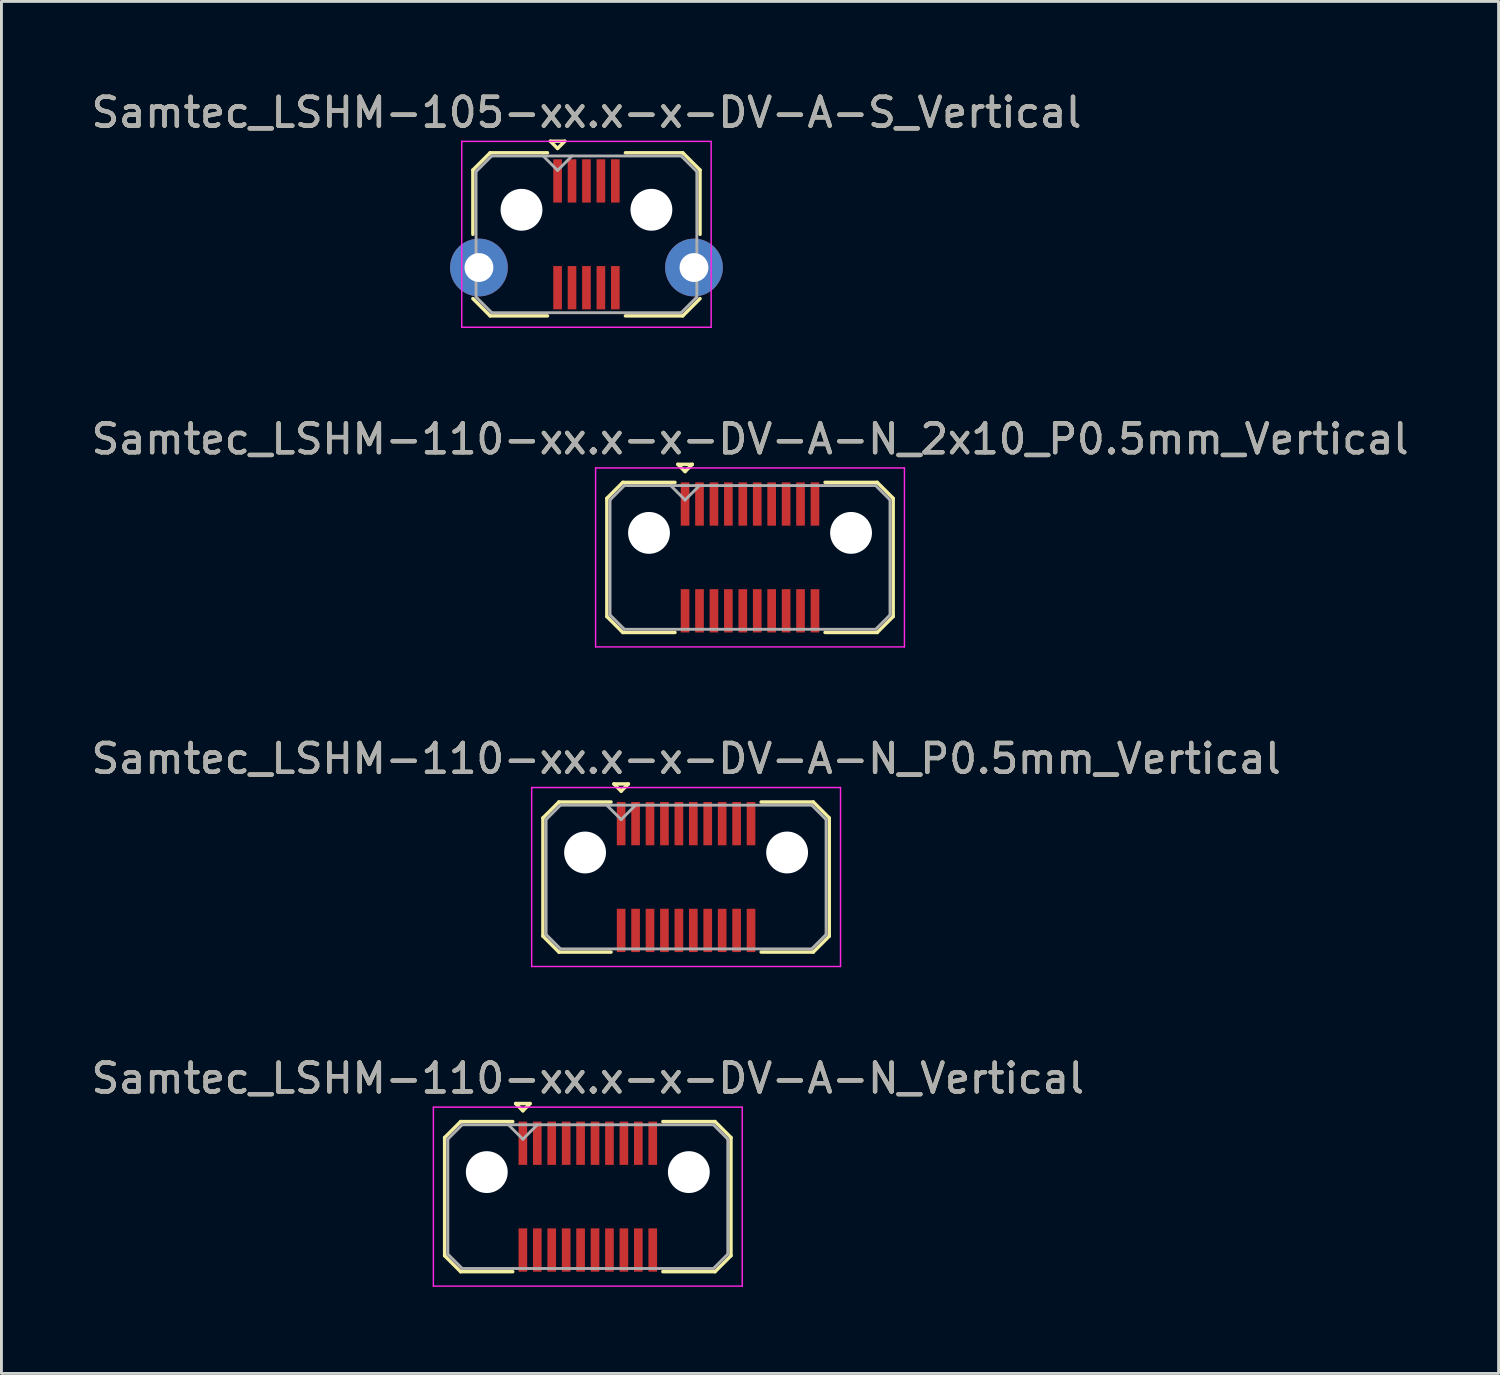
<source format=kicad_pcb>
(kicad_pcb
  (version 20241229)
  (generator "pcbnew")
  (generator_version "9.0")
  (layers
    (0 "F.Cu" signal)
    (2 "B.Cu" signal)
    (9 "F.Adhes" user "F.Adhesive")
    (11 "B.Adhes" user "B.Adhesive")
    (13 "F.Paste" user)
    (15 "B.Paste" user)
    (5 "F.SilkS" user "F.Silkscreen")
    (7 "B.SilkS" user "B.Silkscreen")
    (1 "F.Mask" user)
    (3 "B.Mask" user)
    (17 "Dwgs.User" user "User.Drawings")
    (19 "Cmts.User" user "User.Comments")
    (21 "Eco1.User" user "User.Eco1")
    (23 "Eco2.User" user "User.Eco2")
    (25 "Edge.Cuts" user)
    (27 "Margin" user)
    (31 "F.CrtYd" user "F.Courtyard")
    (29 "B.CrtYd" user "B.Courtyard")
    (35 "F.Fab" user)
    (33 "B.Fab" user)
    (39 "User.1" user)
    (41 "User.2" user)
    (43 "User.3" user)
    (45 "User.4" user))
  (footprint "Samtec_LSHM-110-xx.x-x-DV-A-N_Vertical"
    (layer "F.Cu")
    (at 17.315 38.408)
    (property "Reference" "Samtec_LSHM-110-xx.x-x-DV-A-N_Vertical" (at 0 -4.1 0) (layer "F.SilkS") (effects (font (size 1 1) (thickness 0.15))))
    (attr smd)
    (fp_line (start -4.96 -2.047) (end -4.96 2.047) (stroke (width 0.12) (type solid)) (layer "F.SilkS"))
    (fp_line (start -4.96 2.047) (end -4.407 2.6) (stroke (width 0.12) (type solid)) (layer "F.SilkS"))
    (fp_line (start -4.407 -2.6) (end -4.96 -2.047) (stroke (width 0.12) (type solid)) (layer "F.SilkS"))
    (fp_line (start -4.407 2.6) (end -2.6 2.6) (stroke (width 0.12) (type solid)) (layer "F.SilkS"))
    (fp_line (start -2.6 -2.6) (end -4.407 -2.6) (stroke (width 0.12) (type solid)) (layer "F.SilkS"))
    (fp_line (start -2.5 -3.225) (end -2 -3.225) (stroke (width 0.12) (type solid)) (layer "F.SilkS"))
    (fp_line (start -2.25 -2.975) (end -2.5 -3.225) (stroke (width 0.12) (type solid)) (layer "F.SilkS"))
    (fp_line (start -2 -3.225) (end -2.25 -2.975) (stroke (width 0.12) (type solid)) (layer "F.SilkS"))
    (fp_line (start 2.6 -2.6) (end 4.407 -2.6) (stroke (width 0.12) (type solid)) (layer "F.SilkS"))
    (fp_line (start 4.407 -2.6) (end 4.96 -2.047) (stroke (width 0.12) (type solid)) (layer "F.SilkS"))
    (fp_line (start 4.407 2.6) (end 2.6 2.6) (stroke (width 0.12) (type solid)) (layer "F.SilkS"))
    (fp_line (start 4.96 -2.047) (end 4.96 2.047) (stroke (width 0.12) (type solid)) (layer "F.SilkS"))
    (fp_line (start 4.96 2.047) (end 4.407 2.6) (stroke (width 0.12) (type solid)) (layer "F.SilkS"))
    (fp_line (start -5.35 -3.1) (end -5.35 3.1) (stroke (width 0.05) (type solid)) (layer "F.CrtYd"))
    (fp_line (start -5.35 3.1) (end 5.35 3.1) (stroke (width 0.05) (type solid)) (layer "F.CrtYd"))
    (fp_line (start 5.35 -3.1) (end -5.35 -3.1) (stroke (width 0.05) (type solid)) (layer "F.CrtYd"))
    (fp_line (start 5.35 3.1) (end 5.35 -3.1) (stroke (width 0.05) (type solid)) (layer "F.CrtYd"))
    (fp_line (start -4.85 -1.992) (end -4.85 1.992) (stroke (width 0.1) (type solid)) (layer "F.Fab"))
    (fp_line (start -4.85 1.992) (end -4.352 2.49) (stroke (width 0.1) (type solid)) (layer "F.Fab"))
    (fp_line (start -4.352 -2.49) (end -4.85 -1.992) (stroke (width 0.1) (type solid)) (layer "F.Fab"))
    (fp_line (start -4.352 2.49) (end 4.352 2.49) (stroke (width 0.1) (type solid)) (layer "F.Fab"))
    (fp_line (start -2.25 -1.99) (end -2.75 -2.49) (stroke (width 0.1) (type solid)) (layer "F.Fab"))
    (fp_line (start -1.75 -2.49) (end -2.25 -1.99) (stroke (width 0.1) (type solid)) (layer "F.Fab"))
    (fp_line (start 4.352 -2.49) (end -4.352 -2.49) (stroke (width 0.1) (type solid)) (layer "F.Fab"))
    (fp_line (start 4.352 2.49) (end 4.85 1.992) (stroke (width 0.1) (type solid)) (layer "F.Fab"))
    (fp_line (start 4.85 -1.992) (end 4.352 -2.49) (stroke (width 0.1) (type solid)) (layer "F.Fab"))
    (fp_line (start 4.85 1.992) (end 4.85 -1.992) (stroke (width 0.1) (type solid)) (layer "F.Fab"))
    (fp_text user "${REFERENCE}" (at 0 -4.1 0) (layer "F.Fab") (effects (font (size 1 1) (thickness 0.15))))
    (pad "" np_thru_hole circle (at -3.5 -0.85) (size 1.45 1.45) (drill 1.45) (layers "*.Cu" "*.Mask"))
    (pad "" np_thru_hole circle (at 3.5 -0.85) (size 1.45 1.45) (drill 1.45) (layers "*.Cu" "*.Mask"))
    (pad "1" smd rect (at -2.25 -1.85) (size 0.3 1.5) (layers "F.Cu" "F.Mask" "F.Paste"))
    (pad "2" smd rect (at -2.25 1.85) (size 0.3 1.5) (layers "F.Cu" "F.Mask" "F.Paste"))
    (pad "3" smd rect (at -1.75 -1.85) (size 0.3 1.5) (layers "F.Cu" "F.Mask" "F.Paste"))
    (pad "4" smd rect (at -1.75 1.85) (size 0.3 1.5) (layers "F.Cu" "F.Mask" "F.Paste"))
    (pad "5" smd rect (at -1.25 -1.85) (size 0.3 1.5) (layers "F.Cu" "F.Mask" "F.Paste"))
    (pad "6" smd rect (at -1.25 1.85) (size 0.3 1.5) (layers "F.Cu" "F.Mask" "F.Paste"))
    (pad "7" smd rect (at -0.75 -1.85) (size 0.3 1.5) (layers "F.Cu" "F.Mask" "F.Paste"))
    (pad "8" smd rect (at -0.75 1.85) (size 0.3 1.5) (layers "F.Cu" "F.Mask" "F.Paste"))
    (pad "9" smd rect (at -0.25 -1.85) (size 0.3 1.5) (layers "F.Cu" "F.Mask" "F.Paste"))
    (pad "10" smd rect (at -0.25 1.85) (size 0.3 1.5) (layers "F.Cu" "F.Mask" "F.Paste"))
    (pad "11" smd rect (at 0.25 -1.85) (size 0.3 1.5) (layers "F.Cu" "F.Mask" "F.Paste"))
    (pad "12" smd rect (at 0.25 1.85) (size 0.3 1.5) (layers "F.Cu" "F.Mask" "F.Paste"))
    (pad "13" smd rect (at 0.75 -1.85) (size 0.3 1.5) (layers "F.Cu" "F.Mask" "F.Paste"))
    (pad "14" smd rect (at 0.75 1.85) (size 0.3 1.5) (layers "F.Cu" "F.Mask" "F.Paste"))
    (pad "15" smd rect (at 1.25 -1.85) (size 0.3 1.5) (layers "F.Cu" "F.Mask" "F.Paste"))
    (pad "16" smd rect (at 1.25 1.85) (size 0.3 1.5) (layers "F.Cu" "F.Mask" "F.Paste"))
    (pad "17" smd rect (at 1.75 -1.85) (size 0.3 1.5) (layers "F.Cu" "F.Mask" "F.Paste"))
    (pad "18" smd rect (at 1.75 1.85) (size 0.3 1.5) (layers "F.Cu" "F.Mask" "F.Paste"))
    (pad "19" smd rect (at 2.25 -1.85) (size 0.3 1.5) (layers "F.Cu" "F.Mask" "F.Paste"))
    (pad "20" smd rect (at 2.25 1.85) (size 0.3 1.5) (layers "F.Cu" "F.Mask" "F.Paste")))
  (footprint "Samtec_LSHM-105-xx.x-x-DV-A-S_Vertical"
    (layer "F.Cu")
    (at 17.268 5.068)
    (property "Reference" "Samtec_LSHM-105-xx.x-x-DV-A-S_Vertical" (at 0 -4.22 0) (layer "F.SilkS") (effects (font (size 1 1) (thickness 0.15))))
    (attr smd)
    (fp_line (start -3.935 -2.227) (end -3.935 0) (stroke (width 0.12) (type solid)) (layer "F.SilkS"))
    (fp_line (start -3.935 2.227) (end -3.337 2.825) (stroke (width 0.12) (type solid)) (layer "F.SilkS"))
    (fp_line (start -3.337 -2.825) (end -3.935 -2.227) (stroke (width 0.12) (type solid)) (layer "F.SilkS"))
    (fp_line (start -3.337 2.825) (end -1.35 2.825) (stroke (width 0.12) (type solid)) (layer "F.SilkS"))
    (fp_line (start -1.35 -2.825) (end -3.337 -2.825) (stroke (width 0.12) (type solid)) (layer "F.SilkS"))
    (fp_line (start -1.25 -3.225) (end -0.75 -3.225) (stroke (width 0.12) (type solid)) (layer "F.SilkS"))
    (fp_line (start -1 -2.975) (end -1.25 -3.225) (stroke (width 0.12) (type solid)) (layer "F.SilkS"))
    (fp_line (start -0.75 -3.225) (end -1 -2.975) (stroke (width 0.12) (type solid)) (layer "F.SilkS"))
    (fp_line (start 1.35 -2.825) (end 3.337 -2.825) (stroke (width 0.12) (type solid)) (layer "F.SilkS"))
    (fp_line (start 3.337 -2.825) (end 3.935 -2.227) (stroke (width 0.12) (type solid)) (layer "F.SilkS"))
    (fp_line (start 3.337 2.825) (end 1.35 2.825) (stroke (width 0.12) (type solid)) (layer "F.SilkS"))
    (fp_line (start 3.935 -2.227) (end 3.935 0) (stroke (width 0.12) (type solid)) (layer "F.SilkS"))
    (fp_line (start 3.935 2.227) (end 3.337 2.825) (stroke (width 0.12) (type solid)) (layer "F.SilkS"))
    (fp_line (start -4.32 -3.22) (end -4.32 3.22) (stroke (width 0.05) (type solid)) (layer "F.CrtYd"))
    (fp_line (start -4.32 3.22) (end 4.32 3.22) (stroke (width 0.05) (type solid)) (layer "F.CrtYd"))
    (fp_line (start 4.32 -3.22) (end -4.32 -3.22) (stroke (width 0.05) (type solid)) (layer "F.CrtYd"))
    (fp_line (start 4.32 3.22) (end 4.32 -3.22) (stroke (width 0.05) (type solid)) (layer "F.CrtYd"))
    (fp_line (start -3.825 -2.172) (end -3.825 2.172) (stroke (width 0.1) (type solid)) (layer "F.Fab"))
    (fp_line (start -3.825 2.172) (end -3.282 2.715) (stroke (width 0.1) (type solid)) (layer "F.Fab"))
    (fp_line (start -3.282 -2.715) (end -3.825 -2.172) (stroke (width 0.1) (type solid)) (layer "F.Fab"))
    (fp_line (start -3.282 2.715) (end 3.282 2.715) (stroke (width 0.1) (type solid)) (layer "F.Fab"))
    (fp_line (start -1 -2.215) (end -1.5 -2.715) (stroke (width 0.1) (type solid)) (layer "F.Fab"))
    (fp_line (start -0.5 -2.715) (end -1 -2.215) (stroke (width 0.1) (type solid)) (layer "F.Fab"))
    (fp_line (start 3.282 -2.715) (end -3.282 -2.715) (stroke (width 0.1) (type solid)) (layer "F.Fab"))
    (fp_line (start 3.282 2.715) (end 3.825 2.172) (stroke (width 0.1) (type solid)) (layer "F.Fab"))
    (fp_line (start 3.825 -2.172) (end 3.282 -2.715) (stroke (width 0.1) (type solid)) (layer "F.Fab"))
    (fp_line (start 3.825 2.172) (end 3.825 -2.172) (stroke (width 0.1) (type solid)) (layer "F.Fab"))
    (fp_text user "${REFERENCE}" (at 0 -4.22 0) (layer "F.Fab") (effects (font (size 1 1) (thickness 0.15))))
    (pad "" np_thru_hole circle (at -2.25 -0.85) (size 1.45 1.45) (drill 1.45) (layers "*.Cu" "*.Mask"))
    (pad "" np_thru_hole circle (at 2.25 -0.85) (size 1.45 1.45) (drill 1.45) (layers "*.Cu" "*.Mask"))
    (pad "1" smd rect (at -1 -1.85) (size 0.3 1.5) (layers "F.Cu" "F.Mask" "F.Paste"))
    (pad "2" smd rect (at -1 1.85) (size 0.3 1.5) (layers "F.Cu" "F.Mask" "F.Paste"))
    (pad "3" smd rect (at -0.5 -1.85) (size 0.3 1.5) (layers "F.Cu" "F.Mask" "F.Paste"))
    (pad "4" smd rect (at -0.5 1.85) (size 0.3 1.5) (layers "F.Cu" "F.Mask" "F.Paste"))
    (pad "5" smd rect (at 0 -1.85) (size 0.3 1.5) (layers "F.Cu" "F.Mask" "F.Paste"))
    (pad "6" smd rect (at 0 1.85) (size 0.3 1.5) (layers "F.Cu" "F.Mask" "F.Paste"))
    (pad "7" smd rect (at 0.5 -1.85) (size 0.3 1.5) (layers "F.Cu" "F.Mask" "F.Paste"))
    (pad "8" smd rect (at 0.5 1.85) (size 0.3 1.5) (layers "F.Cu" "F.Mask" "F.Paste"))
    (pad "9" smd rect (at 1 -1.85) (size 0.3 1.5) (layers "F.Cu" "F.Mask" "F.Paste"))
    (pad "10" smd rect (at 1 1.85) (size 0.3 1.5) (layers "F.Cu" "F.Mask" "F.Paste"))
    (pad "SH" thru_hole circle (at -3.725 1.15) (size 2 2) (drill 1) (layers "*.Cu" "*.Mask"))
    (pad "SH" thru_hole circle (at 3.725 1.15) (size 2 2) (drill 1) (layers "*.Cu" "*.Mask")))
  (footprint "Samtec_LSHM-110-xx.x-x-DV-A-N_P0.5mm_Vertical"
    (layer "F.Cu")
    (at 20.72 27.335)
    (property "Reference" "Samtec_LSHM-110-xx.x-x-DV-A-N_P0.5mm_Vertical" (at 0 -4.1 0) (layer "F.SilkS") (effects (font (size 1 1) (thickness 0.15))))
    (attr smd)
    (fp_line (start -4.96 -2.047) (end -4.96 2.047) (stroke (width 0.12) (type solid)) (layer "F.SilkS"))
    (fp_line (start -4.96 2.047) (end -4.407 2.6) (stroke (width 0.12) (type solid)) (layer "F.SilkS"))
    (fp_line (start -4.407 -2.6) (end -4.96 -2.047) (stroke (width 0.12) (type solid)) (layer "F.SilkS"))
    (fp_line (start -4.407 2.6) (end -2.6 2.6) (stroke (width 0.12) (type solid)) (layer "F.SilkS"))
    (fp_line (start -2.6 -2.6) (end -4.407 -2.6) (stroke (width 0.12) (type solid)) (layer "F.SilkS"))
    (fp_line (start -2.5 -3.225) (end -2 -3.225) (stroke (width 0.12) (type solid)) (layer "F.SilkS"))
    (fp_line (start -2.25 -2.975) (end -2.5 -3.225) (stroke (width 0.12) (type solid)) (layer "F.SilkS"))
    (fp_line (start -2 -3.225) (end -2.25 -2.975) (stroke (width 0.12) (type solid)) (layer "F.SilkS"))
    (fp_line (start 2.6 -2.6) (end 4.407 -2.6) (stroke (width 0.12) (type solid)) (layer "F.SilkS"))
    (fp_line (start 4.407 -2.6) (end 4.96 -2.047) (stroke (width 0.12) (type solid)) (layer "F.SilkS"))
    (fp_line (start 4.407 2.6) (end 2.6 2.6) (stroke (width 0.12) (type solid)) (layer "F.SilkS"))
    (fp_line (start 4.96 -2.047) (end 4.96 2.047) (stroke (width 0.12) (type solid)) (layer "F.SilkS"))
    (fp_line (start 4.96 2.047) (end 4.407 2.6) (stroke (width 0.12) (type solid)) (layer "F.SilkS"))
    (fp_line (start -5.35 -3.1) (end -5.35 3.1) (stroke (width 0.05) (type solid)) (layer "F.CrtYd"))
    (fp_line (start -5.35 3.1) (end 5.35 3.1) (stroke (width 0.05) (type solid)) (layer "F.CrtYd"))
    (fp_line (start 5.35 -3.1) (end -5.35 -3.1) (stroke (width 0.05) (type solid)) (layer "F.CrtYd"))
    (fp_line (start 5.35 3.1) (end 5.35 -3.1) (stroke (width 0.05) (type solid)) (layer "F.CrtYd"))
    (fp_line (start -4.85 -1.992) (end -4.85 1.992) (stroke (width 0.1) (type solid)) (layer "F.Fab"))
    (fp_line (start -4.85 1.992) (end -4.352 2.49) (stroke (width 0.1) (type solid)) (layer "F.Fab"))
    (fp_line (start -4.352 -2.49) (end -4.85 -1.992) (stroke (width 0.1) (type solid)) (layer "F.Fab"))
    (fp_line (start -4.352 2.49) (end 4.352 2.49) (stroke (width 0.1) (type solid)) (layer "F.Fab"))
    (fp_line (start -2.25 -1.99) (end -2.75 -2.49) (stroke (width 0.1) (type solid)) (layer "F.Fab"))
    (fp_line (start -1.75 -2.49) (end -2.25 -1.99) (stroke (width 0.1) (type solid)) (layer "F.Fab"))
    (fp_line (start 4.352 -2.49) (end -4.352 -2.49) (stroke (width 0.1) (type solid)) (layer "F.Fab"))
    (fp_line (start 4.352 2.49) (end 4.85 1.992) (stroke (width 0.1) (type solid)) (layer "F.Fab"))
    (fp_line (start 4.85 -1.992) (end 4.352 -2.49) (stroke (width 0.1) (type solid)) (layer "F.Fab"))
    (fp_line (start 4.85 1.992) (end 4.85 -1.992) (stroke (width 0.1) (type solid)) (layer "F.Fab"))
    (fp_text user "${REFERENCE}" (at 0 -4.1 0) (layer "F.Fab") (effects (font (size 1 1) (thickness 0.15))))
    (pad "" np_thru_hole circle (at -3.5 -0.85) (size 1.45 1.45) (drill 1.45) (layers "*.Cu" "*.Mask"))
    (pad "" np_thru_hole circle (at 3.5 -0.85) (size 1.45 1.45) (drill 1.45) (layers "*.Cu" "*.Mask"))
    (pad "1" smd rect (at -2.25 -1.85) (size 0.3 1.5) (layers "F.Cu" "F.Mask" "F.Paste"))
    (pad "2" smd rect (at -2.25 1.85) (size 0.3 1.5) (layers "F.Cu" "F.Mask" "F.Paste"))
    (pad "3" smd rect (at -1.75 -1.85) (size 0.3 1.5) (layers "F.Cu" "F.Mask" "F.Paste"))
    (pad "4" smd rect (at -1.75 1.85) (size 0.3 1.5) (layers "F.Cu" "F.Mask" "F.Paste"))
    (pad "5" smd rect (at -1.25 -1.85) (size 0.3 1.5) (layers "F.Cu" "F.Mask" "F.Paste"))
    (pad "6" smd rect (at -1.25 1.85) (size 0.3 1.5) (layers "F.Cu" "F.Mask" "F.Paste"))
    (pad "7" smd rect (at -0.75 -1.85) (size 0.3 1.5) (layers "F.Cu" "F.Mask" "F.Paste"))
    (pad "8" smd rect (at -0.75 1.85) (size 0.3 1.5) (layers "F.Cu" "F.Mask" "F.Paste"))
    (pad "9" smd rect (at -0.25 -1.85) (size 0.3 1.5) (layers "F.Cu" "F.Mask" "F.Paste"))
    (pad "10" smd rect (at -0.25 1.85) (size 0.3 1.5) (layers "F.Cu" "F.Mask" "F.Paste"))
    (pad "11" smd rect (at 0.25 -1.85) (size 0.3 1.5) (layers "F.Cu" "F.Mask" "F.Paste"))
    (pad "12" smd rect (at 0.25 1.85) (size 0.3 1.5) (layers "F.Cu" "F.Mask" "F.Paste"))
    (pad "13" smd rect (at 0.75 -1.85) (size 0.3 1.5) (layers "F.Cu" "F.Mask" "F.Paste"))
    (pad "14" smd rect (at 0.75 1.85) (size 0.3 1.5) (layers "F.Cu" "F.Mask" "F.Paste"))
    (pad "15" smd rect (at 1.25 -1.85) (size 0.3 1.5) (layers "F.Cu" "F.Mask" "F.Paste"))
    (pad "16" smd rect (at 1.25 1.85) (size 0.3 1.5) (layers "F.Cu" "F.Mask" "F.Paste"))
    (pad "17" smd rect (at 1.75 -1.85) (size 0.3 1.5) (layers "F.Cu" "F.Mask" "F.Paste"))
    (pad "18" smd rect (at 1.75 1.85) (size 0.3 1.5) (layers "F.Cu" "F.Mask" "F.Paste"))
    (pad "19" smd rect (at 2.25 -1.85) (size 0.3 1.5) (layers "F.Cu" "F.Mask" "F.Paste"))
    (pad "20" smd rect (at 2.25 1.85) (size 0.3 1.5) (layers "F.Cu" "F.Mask" "F.Paste")))
  (footprint "Samtec_LSHM-110-xx.x-x-DV-A-N_2x10_P0.5mm_Vertical"
    (layer "F.Cu")
    (at 22.935 16.262)
    (property "Reference" "Samtec_LSHM-110-xx.x-x-DV-A-N_2x10_P0.5mm_Vertical" (at 0 -4.1 0) (layer "F.SilkS") (effects (font (size 1 1) (thickness 0.15))))
    (attr smd)
    (fp_line (start -4.96 -2.047) (end -4.96 2.047) (stroke (width 0.12) (type solid)) (layer "F.SilkS"))
    (fp_line (start -4.96 2.047) (end -4.407 2.6) (stroke (width 0.12) (type solid)) (layer "F.SilkS"))
    (fp_line (start -4.407 -2.6) (end -4.96 -2.047) (stroke (width 0.12) (type solid)) (layer "F.SilkS"))
    (fp_line (start -4.407 2.6) (end -2.6 2.6) (stroke (width 0.12) (type solid)) (layer "F.SilkS"))
    (fp_line (start -2.6 -2.6) (end -4.407 -2.6) (stroke (width 0.12) (type solid)) (layer "F.SilkS"))
    (fp_line (start -2.5 -3.225) (end -2 -3.225) (stroke (width 0.12) (type solid)) (layer "F.SilkS"))
    (fp_line (start -2.25 -2.975) (end -2.5 -3.225) (stroke (width 0.12) (type solid)) (layer "F.SilkS"))
    (fp_line (start -2 -3.225) (end -2.25 -2.975) (stroke (width 0.12) (type solid)) (layer "F.SilkS"))
    (fp_line (start 2.6 -2.6) (end 4.407 -2.6) (stroke (width 0.12) (type solid)) (layer "F.SilkS"))
    (fp_line (start 4.407 -2.6) (end 4.96 -2.047) (stroke (width 0.12) (type solid)) (layer "F.SilkS"))
    (fp_line (start 4.407 2.6) (end 2.6 2.6) (stroke (width 0.12) (type solid)) (layer "F.SilkS"))
    (fp_line (start 4.96 -2.047) (end 4.96 2.047) (stroke (width 0.12) (type solid)) (layer "F.SilkS"))
    (fp_line (start 4.96 2.047) (end 4.407 2.6) (stroke (width 0.12) (type solid)) (layer "F.SilkS"))
    (fp_line (start -5.35 -3.1) (end -5.35 3.1) (stroke (width 0.05) (type solid)) (layer "F.CrtYd"))
    (fp_line (start -5.35 3.1) (end 5.35 3.1) (stroke (width 0.05) (type solid)) (layer "F.CrtYd"))
    (fp_line (start 5.35 -3.1) (end -5.35 -3.1) (stroke (width 0.05) (type solid)) (layer "F.CrtYd"))
    (fp_line (start 5.35 3.1) (end 5.35 -3.1) (stroke (width 0.05) (type solid)) (layer "F.CrtYd"))
    (fp_line (start -4.85 -1.992) (end -4.85 1.992) (stroke (width 0.1) (type solid)) (layer "F.Fab"))
    (fp_line (start -4.85 1.992) (end -4.352 2.49) (stroke (width 0.1) (type solid)) (layer "F.Fab"))
    (fp_line (start -4.352 -2.49) (end -4.85 -1.992) (stroke (width 0.1) (type solid)) (layer "F.Fab"))
    (fp_line (start -4.352 2.49) (end 4.352 2.49) (stroke (width 0.1) (type solid)) (layer "F.Fab"))
    (fp_line (start -2.25 -1.99) (end -2.75 -2.49) (stroke (width 0.1) (type solid)) (layer "F.Fab"))
    (fp_line (start -1.75 -2.49) (end -2.25 -1.99) (stroke (width 0.1) (type solid)) (layer "F.Fab"))
    (fp_line (start 4.352 -2.49) (end -4.352 -2.49) (stroke (width 0.1) (type solid)) (layer "F.Fab"))
    (fp_line (start 4.352 2.49) (end 4.85 1.992) (stroke (width 0.1) (type solid)) (layer "F.Fab"))
    (fp_line (start 4.85 -1.992) (end 4.352 -2.49) (stroke (width 0.1) (type solid)) (layer "F.Fab"))
    (fp_line (start 4.85 1.992) (end 4.85 -1.992) (stroke (width 0.1) (type solid)) (layer "F.Fab"))
    (fp_text user "${REFERENCE}" (at 0 -4.1 0) (layer "F.Fab") (effects (font (size 1 1) (thickness 0.15))))
    (pad "" np_thru_hole circle (at -3.5 -0.85) (size 1.45 1.45) (drill 1.45) (layers "*.Cu" "*.Mask"))
    (pad "" np_thru_hole circle (at 3.5 -0.85) (size 1.45 1.45) (drill 1.45) (layers "*.Cu" "*.Mask"))
    (pad "1" smd rect (at -2.25 -1.85) (size 0.3 1.5) (layers "F.Cu" "F.Mask" "F.Paste"))
    (pad "2" smd rect (at -2.25 1.85) (size 0.3 1.5) (layers "F.Cu" "F.Mask" "F.Paste"))
    (pad "3" smd rect (at -1.75 -1.85) (size 0.3 1.5) (layers "F.Cu" "F.Mask" "F.Paste"))
    (pad "4" smd rect (at -1.75 1.85) (size 0.3 1.5) (layers "F.Cu" "F.Mask" "F.Paste"))
    (pad "5" smd rect (at -1.25 -1.85) (size 0.3 1.5) (layers "F.Cu" "F.Mask" "F.Paste"))
    (pad "6" smd rect (at -1.25 1.85) (size 0.3 1.5) (layers "F.Cu" "F.Mask" "F.Paste"))
    (pad "7" smd rect (at -0.75 -1.85) (size 0.3 1.5) (layers "F.Cu" "F.Mask" "F.Paste"))
    (pad "8" smd rect (at -0.75 1.85) (size 0.3 1.5) (layers "F.Cu" "F.Mask" "F.Paste"))
    (pad "9" smd rect (at -0.25 -1.85) (size 0.3 1.5) (layers "F.Cu" "F.Mask" "F.Paste"))
    (pad "10" smd rect (at -0.25 1.85) (size 0.3 1.5) (layers "F.Cu" "F.Mask" "F.Paste"))
    (pad "11" smd rect (at 0.25 -1.85) (size 0.3 1.5) (layers "F.Cu" "F.Mask" "F.Paste"))
    (pad "12" smd rect (at 0.25 1.85) (size 0.3 1.5) (layers "F.Cu" "F.Mask" "F.Paste"))
    (pad "13" smd rect (at 0.75 -1.85) (size 0.3 1.5) (layers "F.Cu" "F.Mask" "F.Paste"))
    (pad "14" smd rect (at 0.75 1.85) (size 0.3 1.5) (layers "F.Cu" "F.Mask" "F.Paste"))
    (pad "15" smd rect (at 1.25 -1.85) (size 0.3 1.5) (layers "F.Cu" "F.Mask" "F.Paste"))
    (pad "16" smd rect (at 1.25 1.85) (size 0.3 1.5) (layers "F.Cu" "F.Mask" "F.Paste"))
    (pad "17" smd rect (at 1.75 -1.85) (size 0.3 1.5) (layers "F.Cu" "F.Mask" "F.Paste"))
    (pad "18" smd rect (at 1.75 1.85) (size 0.3 1.5) (layers "F.Cu" "F.Mask" "F.Paste"))
    (pad "19" smd rect (at 2.25 -1.85) (size 0.3 1.5) (layers "F.Cu" "F.Mask" "F.Paste"))
    (pad "20" smd rect (at 2.25 1.85) (size 0.3 1.5) (layers "F.Cu" "F.Mask" "F.Paste")))
  (gr_rect
    (start -3 -3)
    (end 48.869 44.533)
    (stroke (width 0.1) (type default))
    (fill no)
    (layer "Edge.Cuts")))
</source>
